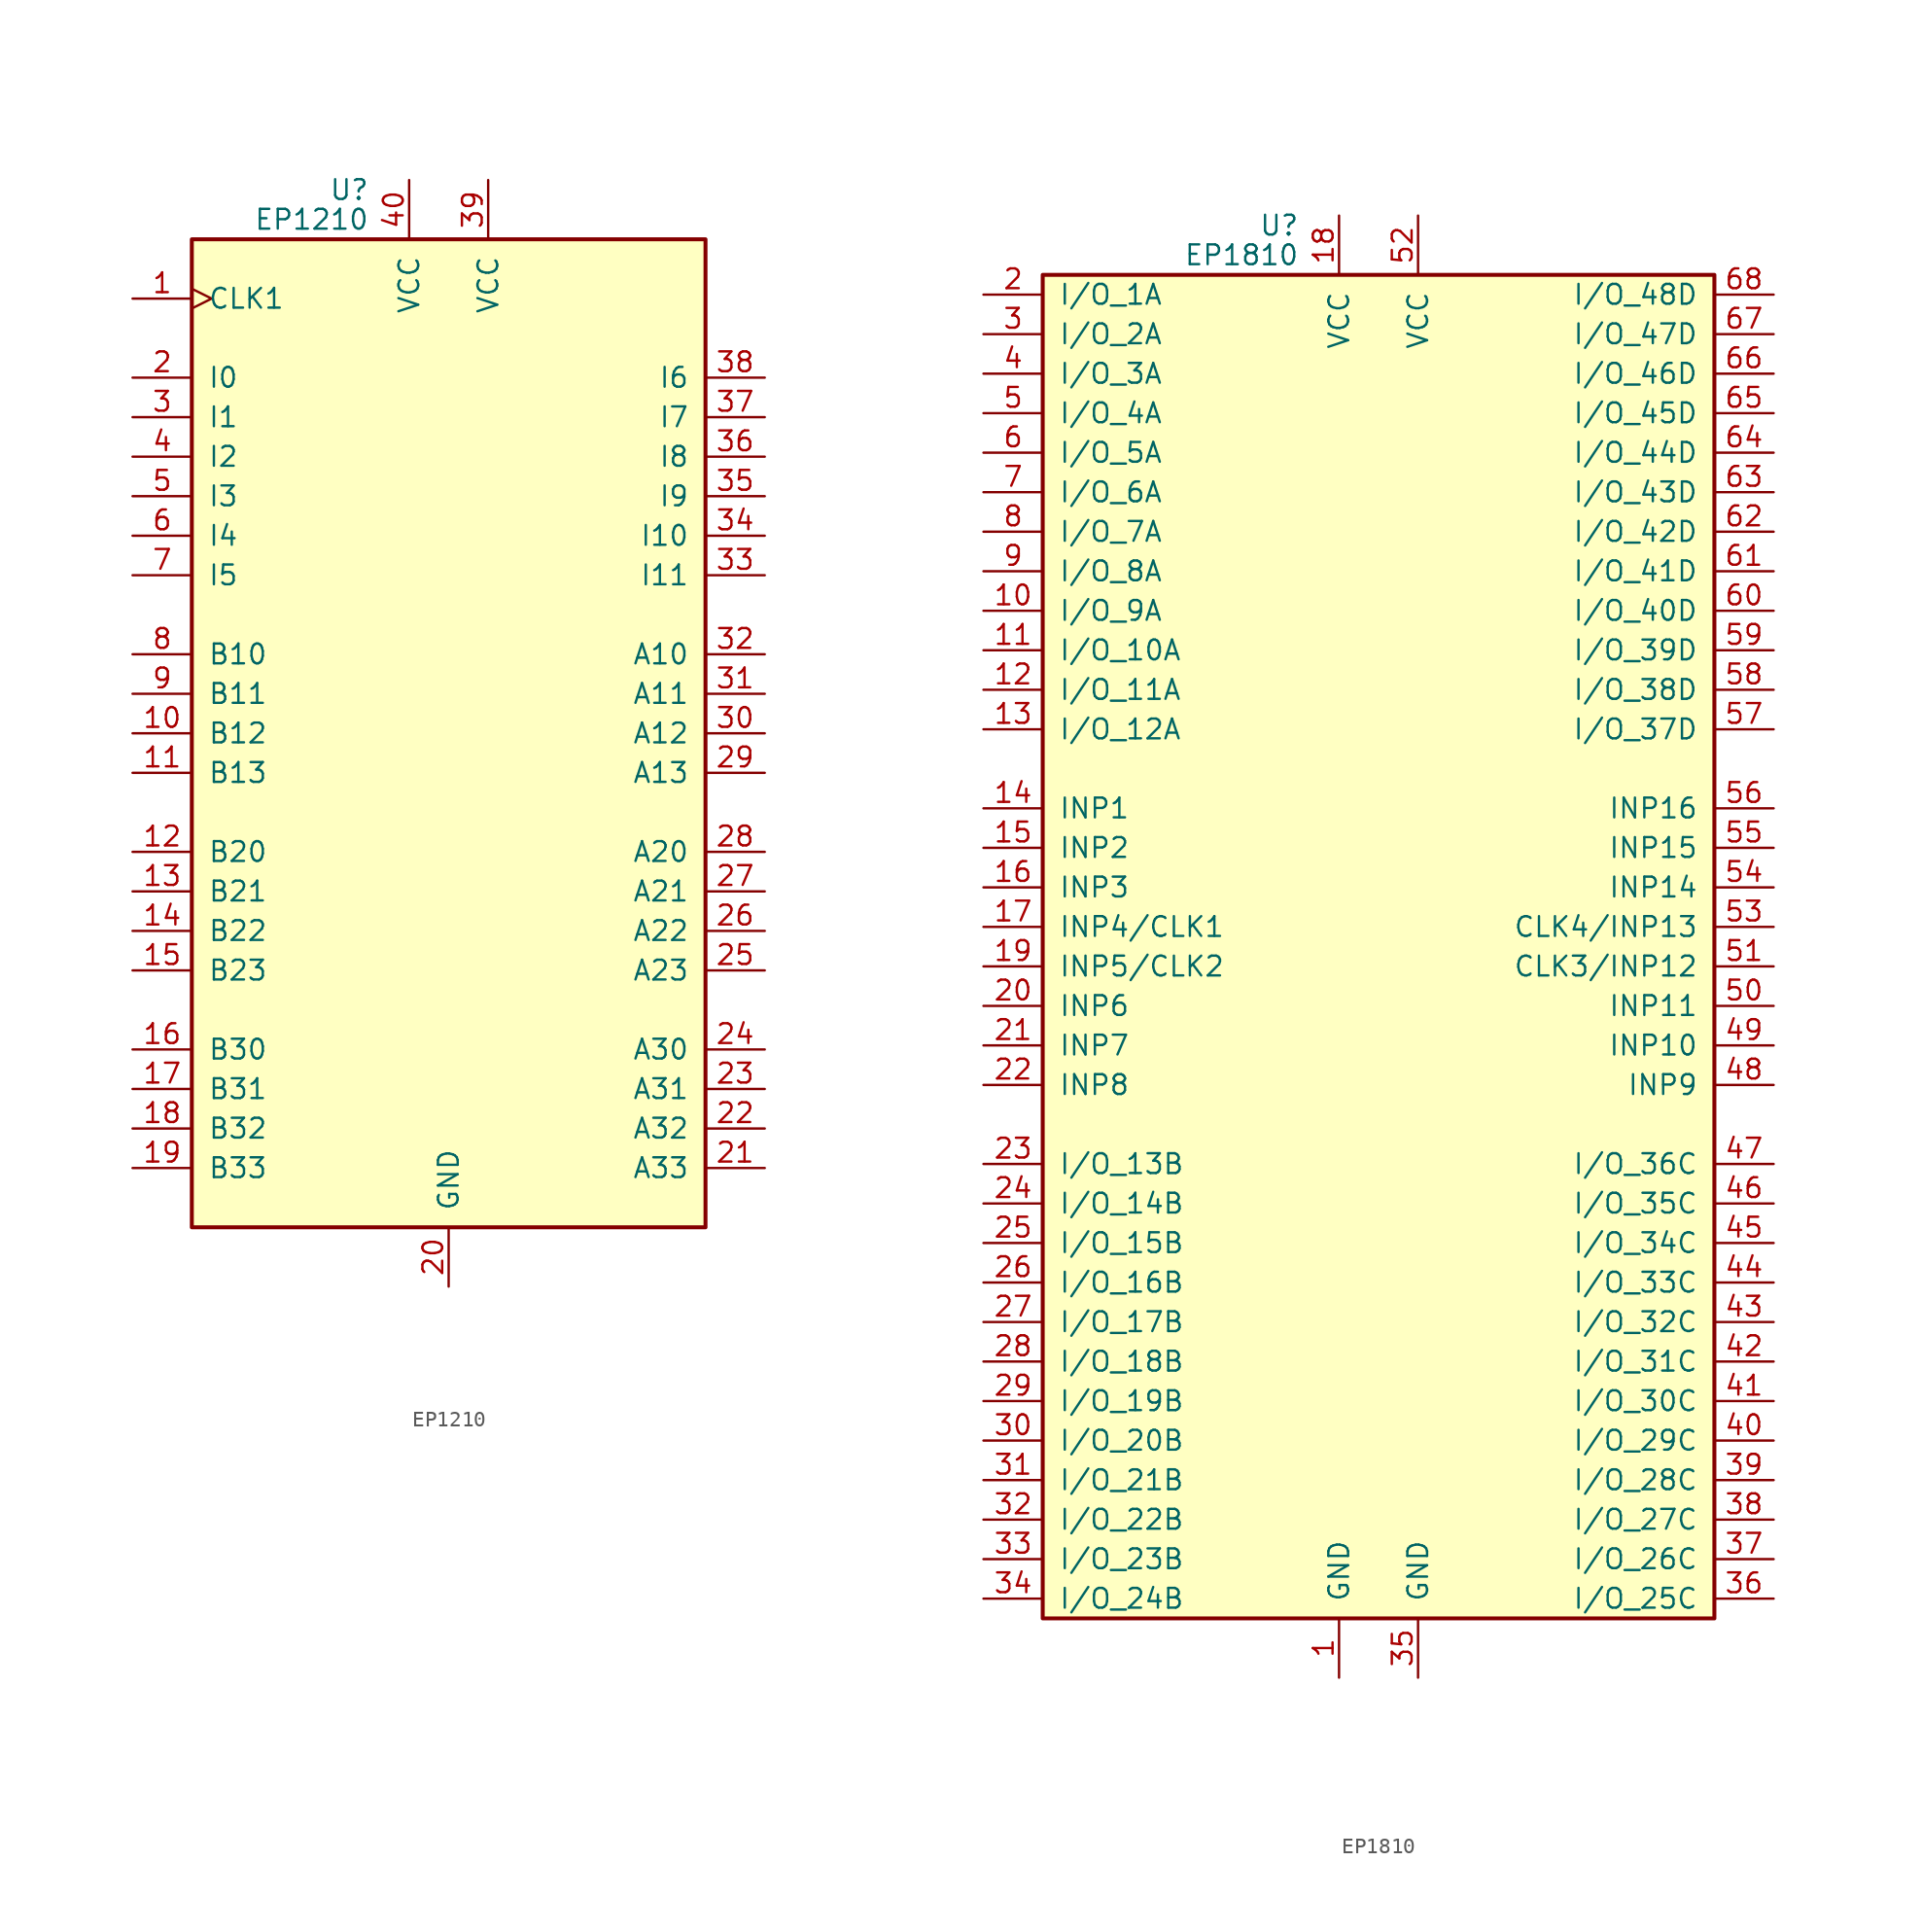
<source format=kicad_sym>
(kicad_symbol_lib
  (version 20231120)
  (generator "kicad_symbol_editor")
  (generator_version "8.0")
  (symbol "EP1210"
    (pin_names
      (offset 1.016))
    (property "Reference" "U"
      (at -5.08 34.925 0)
      (effects (font (size 1.27 1.27)) (justify right)))
    (property "Value" "EP1210"
      (at -5.08 33.02 0)
      (effects (font (size 1.27 1.27)) (justify right)))
    (symbol "EP1210_0_1"
      (rectangle (start -16.51 -31.75) (end 16.51 31.75) (stroke (width 0.254) (type default)) (fill (type background))))
    (symbol "EP1210_1_1"
      (pin input clock (at -20.32 27.94 0) (length 3.81) (name "CLK1" (effects (font (size 1.27 1.27)))) (number "1" (effects (font (size 1.27 1.27)))))
      (pin input line (at -20.32 0 0) (length 3.81) (name "B12" (effects (font (size 1.27 1.27)))) (number "10" (effects (font (size 1.27 1.27)))))
      (pin input line (at -20.32 -2.54 0) (length 3.81) (name "B13" (effects (font (size 1.27 1.27)))) (number "11" (effects (font (size 1.27 1.27)))))
      (pin input line (at -20.32 -7.62 0) (length 3.81) (name "B20" (effects (font (size 1.27 1.27)))) (number "12" (effects (font (size 1.27 1.27)))))
      (pin input line (at -20.32 -10.16 0) (length 3.81) (name "B21" (effects (font (size 1.27 1.27)))) (number "13" (effects (font (size 1.27 1.27)))))
      (pin input line (at -20.32 -12.7 0) (length 3.81) (name "B22" (effects (font (size 1.27 1.27)))) (number "14" (effects (font (size 1.27 1.27)))))
      (pin input line (at -20.32 -15.24 0) (length 3.81) (name "B23" (effects (font (size 1.27 1.27)))) (number "15" (effects (font (size 1.27 1.27)))))
      (pin input line (at -20.32 -20.32 0) (length 3.81) (name "B30" (effects (font (size 1.27 1.27)))) (number "16" (effects (font (size 1.27 1.27)))))
      (pin input line (at -20.32 -22.86 0) (length 3.81) (name "B31" (effects (font (size 1.27 1.27)))) (number "17" (effects (font (size 1.27 1.27)))))
      (pin input line (at -20.32 -25.4 0) (length 3.81) (name "B32" (effects (font (size 1.27 1.27)))) (number "18" (effects (font (size 1.27 1.27)))))
      (pin input line (at -20.32 -27.94 0) (length 3.81) (name "B33" (effects (font (size 1.27 1.27)))) (number "19" (effects (font (size 1.27 1.27)))))
      (pin input line (at -20.32 22.86 0) (length 3.81) (name "I0" (effects (font (size 1.27 1.27)))) (number "2" (effects (font (size 1.27 1.27)))))
      (pin power_in line (at 0 -35.56 90) (length 3.81) (name "GND" (effects (font (size 1.27 1.27)))) (number "20" (effects (font (size 1.27 1.27)))))
      (pin input line (at 20.32 -27.94 180) (length 3.81) (name "A33" (effects (font (size 1.27 1.27)))) (number "21" (effects (font (size 1.27 1.27)))))
      (pin input line (at 20.32 -25.4 180) (length 3.81) (name "A32" (effects (font (size 1.27 1.27)))) (number "22" (effects (font (size 1.27 1.27)))))
      (pin input line (at 20.32 -22.86 180) (length 3.81) (name "A31" (effects (font (size 1.27 1.27)))) (number "23" (effects (font (size 1.27 1.27)))))
      (pin input line (at 20.32 -20.32 180) (length 3.81) (name "A30" (effects (font (size 1.27 1.27)))) (number "24" (effects (font (size 1.27 1.27)))))
      (pin input line (at 20.32 -15.24 180) (length 3.81) (name "A23" (effects (font (size 1.27 1.27)))) (number "25" (effects (font (size 1.27 1.27)))))
      (pin input line (at 20.32 -12.7 180) (length 3.81) (name "A22" (effects (font (size 1.27 1.27)))) (number "26" (effects (font (size 1.27 1.27)))))
      (pin input line (at 20.32 -10.16 180) (length 3.81) (name "A21" (effects (font (size 1.27 1.27)))) (number "27" (effects (font (size 1.27 1.27)))))
      (pin input line (at 20.32 -7.62 180) (length 3.81) (name "A20" (effects (font (size 1.27 1.27)))) (number "28" (effects (font (size 1.27 1.27)))))
      (pin input line (at 20.32 -2.54 180) (length 3.81) (name "A13" (effects (font (size 1.27 1.27)))) (number "29" (effects (font (size 1.27 1.27)))))
      (pin input line (at -20.32 20.32 0) (length 3.81) (name "I1" (effects (font (size 1.27 1.27)))) (number "3" (effects (font (size 1.27 1.27)))))
      (pin input line (at 20.32 0 180) (length 3.81) (name "A12" (effects (font (size 1.27 1.27)))) (number "30" (effects (font (size 1.27 1.27)))))
      (pin input line (at 20.32 2.54 180) (length 3.81) (name "A11" (effects (font (size 1.27 1.27)))) (number "31" (effects (font (size 1.27 1.27)))))
      (pin input line (at 20.32 5.08 180) (length 3.81) (name "A10" (effects (font (size 1.27 1.27)))) (number "32" (effects (font (size 1.27 1.27)))))
      (pin input line (at 20.32 10.16 180) (length 3.81) (name "I11" (effects (font (size 1.27 1.27)))) (number "33" (effects (font (size 1.27 1.27)))))
      (pin input line (at 20.32 12.7 180) (length 3.81) (name "I10" (effects (font (size 1.27 1.27)))) (number "34" (effects (font (size 1.27 1.27)))))
      (pin input line (at 20.32 15.24 180) (length 3.81) (name "I9" (effects (font (size 1.27 1.27)))) (number "35" (effects (font (size 1.27 1.27)))))
      (pin input line (at 20.32 17.78 180) (length 3.81) (name "I8" (effects (font (size 1.27 1.27)))) (number "36" (effects (font (size 1.27 1.27)))))
      (pin input line (at 20.32 20.32 180) (length 3.81) (name "I7" (effects (font (size 1.27 1.27)))) (number "37" (effects (font (size 1.27 1.27)))))
      (pin input line (at 20.32 22.86 180) (length 3.81) (name "I6" (effects (font (size 1.27 1.27)))) (number "38" (effects (font (size 1.27 1.27)))))
      (pin power_in line (at 2.54 35.56 270) (length 3.81) (name "VCC" (effects (font (size 1.27 1.27)))) (number "39" (effects (font (size 1.27 1.27)))))
      (pin input line (at -20.32 17.78 0) (length 3.81) (name "I2" (effects (font (size 1.27 1.27)))) (number "4" (effects (font (size 1.27 1.27)))))
      (pin power_in line (at -2.54 35.56 270) (length 3.81) (name "VCC" (effects (font (size 1.27 1.27)))) (number "40" (effects (font (size 1.27 1.27)))))
      (pin input line (at -20.32 15.24 0) (length 3.81) (name "I3" (effects (font (size 1.27 1.27)))) (number "5" (effects (font (size 1.27 1.27)))))
      (pin input line (at -20.32 12.7 0) (length 3.81) (name "I4" (effects (font (size 1.27 1.27)))) (number "6" (effects (font (size 1.27 1.27)))))
      (pin input line (at -20.32 10.16 0) (length 3.81) (name "I5" (effects (font (size 1.27 1.27)))) (number "7" (effects (font (size 1.27 1.27)))))
      (pin input line (at -20.32 5.08 0) (length 3.81) (name "B10" (effects (font (size 1.27 1.27)))) (number "8" (effects (font (size 1.27 1.27)))))
      (pin input line (at -20.32 2.54 0) (length 3.81) (name "B11" (effects (font (size 1.27 1.27)))) (number "9" (effects (font (size 1.27 1.27)))))))
  (symbol "EP1810"
    (pin_names
      (offset 1.016))
    (property "Reference" "U"
      (at -5.08 47.625 0)
      (effects (font (size 1.27 1.27)) (justify right)))
    (property "Value" "EP1810"
      (at -5.08 45.72 0)
      (effects (font (size 1.27 1.27)) (justify right)))
    (symbol "EP1810_0_1"
      (rectangle (start -21.59 -41.91) (end 21.59 44.45) (stroke (width 0.254) (type default)) (fill (type background))))
    (symbol "EP1810_1_1"
      (pin power_in line (at -2.54 -45.72 90) (length 3.81) (name "GND" (effects (font (size 1.27 1.27)))) (number "1" (effects (font (size 1.27 1.27)))))
      (pin input line (at -25.4 22.86 0) (length 3.81) (name "I/O_9A" (effects (font (size 1.27 1.27)))) (number "10" (effects (font (size 1.27 1.27)))))
      (pin input line (at -25.4 20.32 0) (length 3.81) (name "I/O_10A" (effects (font (size 1.27 1.27)))) (number "11" (effects (font (size 1.27 1.27)))))
      (pin input line (at -25.4 17.78 0) (length 3.81) (name "I/O_11A" (effects (font (size 1.27 1.27)))) (number "12" (effects (font (size 1.27 1.27)))))
      (pin input line (at -25.4 15.24 0) (length 3.81) (name "I/O_12A" (effects (font (size 1.27 1.27)))) (number "13" (effects (font (size 1.27 1.27)))))
      (pin input line (at -25.4 10.16 0) (length 3.81) (name "INP1" (effects (font (size 1.27 1.27)))) (number "14" (effects (font (size 1.27 1.27)))))
      (pin input line (at -25.4 7.62 0) (length 3.81) (name "INP2" (effects (font (size 1.27 1.27)))) (number "15" (effects (font (size 1.27 1.27)))))
      (pin input line (at -25.4 5.08 0) (length 3.81) (name "INP3" (effects (font (size 1.27 1.27)))) (number "16" (effects (font (size 1.27 1.27)))))
      (pin input line (at -25.4 2.54 0) (length 3.81) (name "INP4/CLK1" (effects (font (size 1.27 1.27)))) (number "17" (effects (font (size 1.27 1.27)))))
      (pin power_in line (at -2.54 48.26 270) (length 3.81) (name "VCC" (effects (font (size 1.27 1.27)))) (number "18" (effects (font (size 1.27 1.27)))))
      (pin input line (at -25.4 0 0) (length 3.81) (name "INP5/CLK2" (effects (font (size 1.27 1.27)))) (number "19" (effects (font (size 1.27 1.27)))))
      (pin input line (at -25.4 43.18 0) (length 3.81) (name "I/O_1A" (effects (font (size 1.27 1.27)))) (number "2" (effects (font (size 1.27 1.27)))))
      (pin input line (at -25.4 -2.54 0) (length 3.81) (name "INP6" (effects (font (size 1.27 1.27)))) (number "20" (effects (font (size 1.27 1.27)))))
      (pin input line (at -25.4 -5.08 0) (length 3.81) (name "INP7" (effects (font (size 1.27 1.27)))) (number "21" (effects (font (size 1.27 1.27)))))
      (pin input line (at -25.4 -7.62 0) (length 3.81) (name "INP8" (effects (font (size 1.27 1.27)))) (number "22" (effects (font (size 1.27 1.27)))))
      (pin input line (at -25.4 -12.7 0) (length 3.81) (name "I/O_13B" (effects (font (size 1.27 1.27)))) (number "23" (effects (font (size 1.27 1.27)))))
      (pin input line (at -25.4 -15.24 0) (length 3.81) (name "I/O_14B" (effects (font (size 1.27 1.27)))) (number "24" (effects (font (size 1.27 1.27)))))
      (pin input line (at -25.4 -17.78 0) (length 3.81) (name "I/O_15B" (effects (font (size 1.27 1.27)))) (number "25" (effects (font (size 1.27 1.27)))))
      (pin input line (at -25.4 -20.32 0) (length 3.81) (name "I/O_16B" (effects (font (size 1.27 1.27)))) (number "26" (effects (font (size 1.27 1.27)))))
      (pin input line (at -25.4 -22.86 0) (length 3.81) (name "I/O_17B" (effects (font (size 1.27 1.27)))) (number "27" (effects (font (size 1.27 1.27)))))
      (pin input line (at -25.4 -25.4 0) (length 3.81) (name "I/O_18B" (effects (font (size 1.27 1.27)))) (number "28" (effects (font (size 1.27 1.27)))))
      (pin input line (at -25.4 -27.94 0) (length 3.81) (name "I/O_19B" (effects (font (size 1.27 1.27)))) (number "29" (effects (font (size 1.27 1.27)))))
      (pin input line (at -25.4 40.64 0) (length 3.81) (name "I/O_2A" (effects (font (size 1.27 1.27)))) (number "3" (effects (font (size 1.27 1.27)))))
      (pin input line (at -25.4 -30.48 0) (length 3.81) (name "I/O_20B" (effects (font (size 1.27 1.27)))) (number "30" (effects (font (size 1.27 1.27)))))
      (pin input line (at -25.4 -33.02 0) (length 3.81) (name "I/O_21B" (effects (font (size 1.27 1.27)))) (number "31" (effects (font (size 1.27 1.27)))))
      (pin input line (at -25.4 -35.56 0) (length 3.81) (name "I/O_22B" (effects (font (size 1.27 1.27)))) (number "32" (effects (font (size 1.27 1.27)))))
      (pin input line (at -25.4 -38.1 0) (length 3.81) (name "I/O_23B" (effects (font (size 1.27 1.27)))) (number "33" (effects (font (size 1.27 1.27)))))
      (pin input line (at -25.4 -40.64 0) (length 3.81) (name "I/O_24B" (effects (font (size 1.27 1.27)))) (number "34" (effects (font (size 1.27 1.27)))))
      (pin power_in line (at 2.54 -45.72 90) (length 3.81) (name "GND" (effects (font (size 1.27 1.27)))) (number "35" (effects (font (size 1.27 1.27)))))
      (pin input line (at 25.4 -40.64 180) (length 3.81) (name "I/O_25C" (effects (font (size 1.27 1.27)))) (number "36" (effects (font (size 1.27 1.27)))))
      (pin input line (at 25.4 -38.1 180) (length 3.81) (name "I/O_26C" (effects (font (size 1.27 1.27)))) (number "37" (effects (font (size 1.27 1.27)))))
      (pin input line (at 25.4 -35.56 180) (length 3.81) (name "I/O_27C" (effects (font (size 1.27 1.27)))) (number "38" (effects (font (size 1.27 1.27)))))
      (pin input line (at 25.4 -33.02 180) (length 3.81) (name "I/O_28C" (effects (font (size 1.27 1.27)))) (number "39" (effects (font (size 1.27 1.27)))))
      (pin input line (at -25.4 38.1 0) (length 3.81) (name "I/O_3A" (effects (font (size 1.27 1.27)))) (number "4" (effects (font (size 1.27 1.27)))))
      (pin input line (at 25.4 -30.48 180) (length 3.81) (name "I/O_29C" (effects (font (size 1.27 1.27)))) (number "40" (effects (font (size 1.27 1.27)))))
      (pin input line (at 25.4 -27.94 180) (length 3.81) (name "I/O_30C" (effects (font (size 1.27 1.27)))) (number "41" (effects (font (size 1.27 1.27)))))
      (pin input line (at 25.4 -25.4 180) (length 3.81) (name "I/O_31C" (effects (font (size 1.27 1.27)))) (number "42" (effects (font (size 1.27 1.27)))))
      (pin input line (at 25.4 -22.86 180) (length 3.81) (name "I/O_32C" (effects (font (size 1.27 1.27)))) (number "43" (effects (font (size 1.27 1.27)))))
      (pin input line (at 25.4 -20.32 180) (length 3.81) (name "I/O_33C" (effects (font (size 1.27 1.27)))) (number "44" (effects (font (size 1.27 1.27)))))
      (pin input line (at 25.4 -17.78 180) (length 3.81) (name "I/O_34C" (effects (font (size 1.27 1.27)))) (number "45" (effects (font (size 1.27 1.27)))))
      (pin input line (at 25.4 -15.24 180) (length 3.81) (name "I/O_35C" (effects (font (size 1.27 1.27)))) (number "46" (effects (font (size 1.27 1.27)))))
      (pin input line (at 25.4 -12.7 180) (length 3.81) (name "I/O_36C" (effects (font (size 1.27 1.27)))) (number "47" (effects (font (size 1.27 1.27)))))
      (pin input line (at 25.4 -7.62 180) (length 3.81) (name "INP9" (effects (font (size 1.27 1.27)))) (number "48" (effects (font (size 1.27 1.27)))))
      (pin input line (at 25.4 -5.08 180) (length 3.81) (name "INP10" (effects (font (size 1.27 1.27)))) (number "49" (effects (font (size 1.27 1.27)))))
      (pin input line (at -25.4 35.56 0) (length 3.81) (name "I/O_4A" (effects (font (size 1.27 1.27)))) (number "5" (effects (font (size 1.27 1.27)))))
      (pin input line (at 25.4 -2.54 180) (length 3.81) (name "INP11" (effects (font (size 1.27 1.27)))) (number "50" (effects (font (size 1.27 1.27)))))
      (pin input line (at 25.4 0 180) (length 3.81) (name "CLK3/INP12" (effects (font (size 1.27 1.27)))) (number "51" (effects (font (size 1.27 1.27)))))
      (pin power_in line (at 2.54 48.26 270) (length 3.81) (name "VCC" (effects (font (size 1.27 1.27)))) (number "52" (effects (font (size 1.27 1.27)))))
      (pin input line (at 25.4 2.54 180) (length 3.81) (name "CLK4/INP13" (effects (font (size 1.27 1.27)))) (number "53" (effects (font (size 1.27 1.27)))))
      (pin input line (at 25.4 5.08 180) (length 3.81) (name "INP14" (effects (font (size 1.27 1.27)))) (number "54" (effects (font (size 1.27 1.27)))))
      (pin input line (at 25.4 7.62 180) (length 3.81) (name "INP15" (effects (font (size 1.27 1.27)))) (number "55" (effects (font (size 1.27 1.27)))))
      (pin input line (at 25.4 10.16 180) (length 3.81) (name "INP16" (effects (font (size 1.27 1.27)))) (number "56" (effects (font (size 1.27 1.27)))))
      (pin input line (at 25.4 15.24 180) (length 3.81) (name "I/O_37D" (effects (font (size 1.27 1.27)))) (number "57" (effects (font (size 1.27 1.27)))))
      (pin input line (at 25.4 17.78 180) (length 3.81) (name "I/O_38D" (effects (font (size 1.27 1.27)))) (number "58" (effects (font (size 1.27 1.27)))))
      (pin input line (at 25.4 20.32 180) (length 3.81) (name "I/O_39D" (effects (font (size 1.27 1.27)))) (number "59" (effects (font (size 1.27 1.27)))))
      (pin input line (at -25.4 33.02 0) (length 3.81) (name "I/O_5A" (effects (font (size 1.27 1.27)))) (number "6" (effects (font (size 1.27 1.27)))))
      (pin input line (at 25.4 22.86 180) (length 3.81) (name "I/O_40D" (effects (font (size 1.27 1.27)))) (number "60" (effects (font (size 1.27 1.27)))))
      (pin input line (at 25.4 25.4 180) (length 3.81) (name "I/O_41D" (effects (font (size 1.27 1.27)))) (number "61" (effects (font (size 1.27 1.27)))))
      (pin input line (at 25.4 27.94 180) (length 3.81) (name "I/O_42D" (effects (font (size 1.27 1.27)))) (number "62" (effects (font (size 1.27 1.27)))))
      (pin input line (at 25.4 30.48 180) (length 3.81) (name "I/O_43D" (effects (font (size 1.27 1.27)))) (number "63" (effects (font (size 1.27 1.27)))))
      (pin input line (at 25.4 33.02 180) (length 3.81) (name "I/O_44D" (effects (font (size 1.27 1.27)))) (number "64" (effects (font (size 1.27 1.27)))))
      (pin input line (at 25.4 35.56 180) (length 3.81) (name "I/O_45D" (effects (font (size 1.27 1.27)))) (number "65" (effects (font (size 1.27 1.27)))))
      (pin input line (at 25.4 38.1 180) (length 3.81) (name "I/O_46D" (effects (font (size 1.27 1.27)))) (number "66" (effects (font (size 1.27 1.27)))))
      (pin input line (at 25.4 40.64 180) (length 3.81) (name "I/O_47D" (effects (font (size 1.27 1.27)))) (number "67" (effects (font (size 1.27 1.27)))))
      (pin input line (at 25.4 43.18 180) (length 3.81) (name "I/O_48D" (effects (font (size 1.27 1.27)))) (number "68" (effects (font (size 1.27 1.27)))))
      (pin input line (at -25.4 30.48 0) (length 3.81) (name "I/O_6A" (effects (font (size 1.27 1.27)))) (number "7" (effects (font (size 1.27 1.27)))))
      (pin input line (at -25.4 27.94 0) (length 3.81) (name "I/O_7A" (effects (font (size 1.27 1.27)))) (number "8" (effects (font (size 1.27 1.27)))))
      (pin input line (at -25.4 25.4 0) (length 3.81) (name "I/O_8A" (effects (font (size 1.27 1.27)))) (number "9" (effects (font (size 1.27 1.27))))))))
</source>
